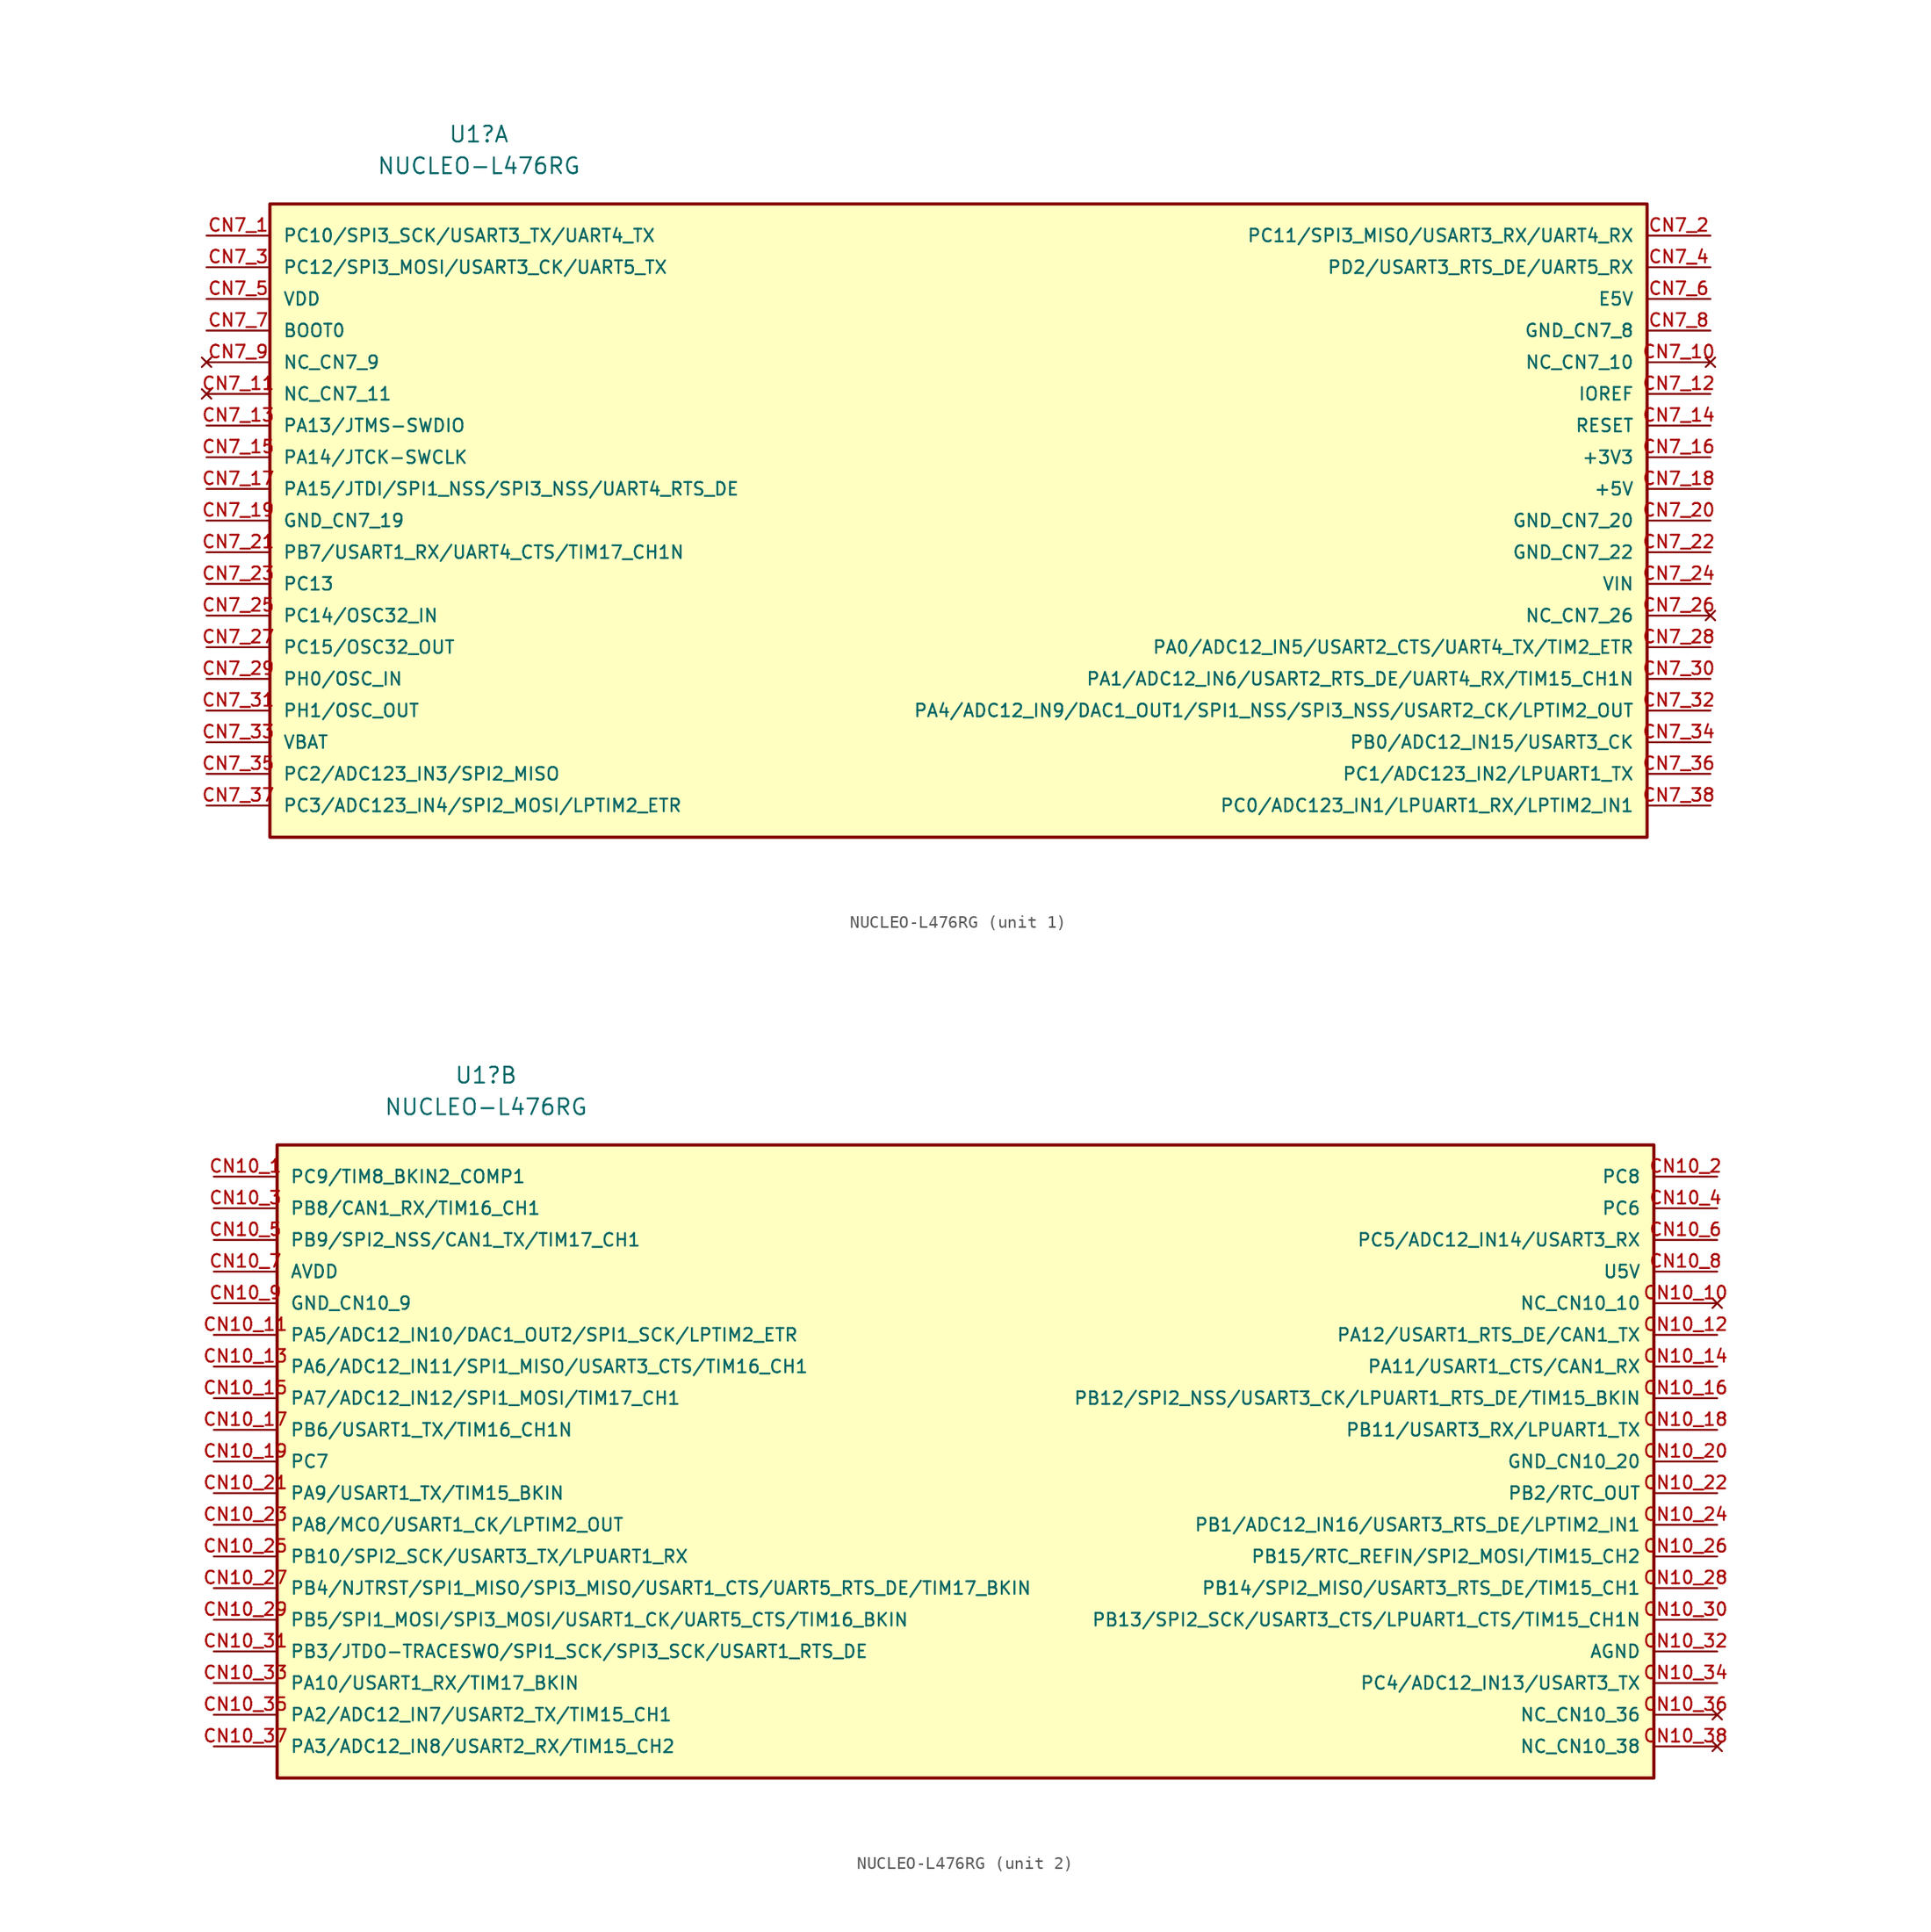
<source format=kicad_sym>
(kicad_symbol_lib
  (version 20241209)
  (generator "kicad_symbol_editor")
  (generator_version "9.0")
  (symbol "NUCLEO-L476RG"
    (pin_names
      (offset 1.016))
    (property "Reference" "U1"
      (at -1.016 30.988 0)
      (effects (font (size 1.27 1.27))))
    (property "Value" "NUCLEO-L476RG"
      (at -1.016 28.448 0)
      (effects (font (size 1.27 1.27))))
    (property "Availability" ""
      (at 0 0 0)
      (effects (font (size 1.27 1.27))))
    (property "Check_prices" ""
      (at 0 0 0)
      (effects (font (size 1.27 1.27))))
    (property "Description_1" ""
      (at 0 0 0)
      (effects (font (size 1.27 1.27))))
    (property "MF" ""
      (at 0 0 0)
      (effects (font (size 1.27 1.27))))
    (property "MP" ""
      (at 0 0 0)
      (effects (font (size 1.27 1.27))))
    (property "PARTREV" ""
      (at 0 0 0)
      (effects (font (size 1.27 1.27))))
    (property "Package" ""
      (at 0 0 0)
      (effects (font (size 1.27 1.27))))
    (property "Price" ""
      (at 0 0 0)
      (effects (font (size 1.27 1.27))))
    (property "SNAPEDA_PACKAGE_ID" ""
      (at 0 0 0)
      (effects (font (size 1.27 1.27))))
    (property "STANDARD" ""
      (at 0 0 0)
      (effects (font (size 1.27 1.27))))
    (property "SnapEDA_Link" ""
      (at 0 0 0)
      (effects (font (size 1.27 1.27))))
    (symbol "NUCLEO-L476RG_1_0"
      (rectangle (start -17.78 25.4) (end 92.71 -25.4) (stroke (width 0.254) (type default)) (fill (type background)))
      (pin bidirectional line (at -22.86 22.86 0) (length 5.08) (name "PC10/SPI3_SCK/USART3_TX/UART4_TX" (effects (font (size 1.016 1.016)))) (number "CN7_1" (effects (font (size 1.016 1.016)))))
      (pin bidirectional line (at -22.86 20.32 0) (length 5.08) (name "PC12/SPI3_MOSI/USART3_CK/UART5_TX" (effects (font (size 1.016 1.016)))) (number "CN7_3" (effects (font (size 1.016 1.016)))))
      (pin power_in line (at -22.86 17.78 0) (length 5.08) (name "VDD" (effects (font (size 1.016 1.016)))) (number "CN7_5" (effects (font (size 1.016 1.016)))))
      (pin input line (at -22.86 15.24 0) (length 5.08) (name "BOOT0" (effects (font (size 1.016 1.016)))) (number "CN7_7" (effects (font (size 1.016 1.016)))))
      (pin no_connect line (at -22.86 12.7 0) (length 5.08) (name "NC_CN7_9" (effects (font (size 1.016 1.016)))) (number "CN7_9" (effects (font (size 1.016 1.016)))))
      (pin no_connect line (at -22.86 10.16 0) (length 5.08) (name "NC_CN7_11" (effects (font (size 1.016 1.016)))) (number "CN7_11" (effects (font (size 1.016 1.016)))))
      (pin bidirectional line (at -22.86 7.62 0) (length 5.08) (name "PA13/JTMS-SWDIO" (effects (font (size 1.016 1.016)))) (number "CN7_13" (effects (font (size 1.016 1.016)))))
      (pin bidirectional line (at -22.86 5.08 0) (length 5.08) (name "PA14/JTCK-SWCLK" (effects (font (size 1.016 1.016)))) (number "CN7_15" (effects (font (size 1.016 1.016)))))
      (pin bidirectional line (at -22.86 2.54 0) (length 5.08) (name "PA15/JTDI/SPI1_NSS/SPI3_NSS/UART4_RTS_DE" (effects (font (size 1.016 1.016)))) (number "CN7_17" (effects (font (size 1.016 1.016)))))
      (pin power_in line (at -22.86 0 0) (length 5.08) (name "GND_CN7_19" (effects (font (size 1.016 1.016)))) (number "CN7_19" (effects (font (size 1.016 1.016)))))
      (pin bidirectional line (at -22.86 -2.54 0) (length 5.08) (name "PB7/USART1_RX/UART4_CTS/TIM17_CH1N" (effects (font (size 1.016 1.016)))) (number "CN7_21" (effects (font (size 1.016 1.016)))))
      (pin bidirectional line (at -22.86 -5.08 0) (length 5.08) (name "PC13" (effects (font (size 1.016 1.016)))) (number "CN7_23" (effects (font (size 1.016 1.016)))))
      (pin bidirectional line (at -22.86 -7.62 0) (length 5.08) (name "PC14/OSC32_IN" (effects (font (size 1.016 1.016)))) (number "CN7_25" (effects (font (size 1.016 1.016)))))
      (pin bidirectional line (at -22.86 -10.16 0) (length 5.08) (name "PC15/OSC32_OUT" (effects (font (size 1.016 1.016)))) (number "CN7_27" (effects (font (size 1.016 1.016)))))
      (pin bidirectional line (at -22.86 -12.7 0) (length 5.08) (name "PH0/OSC_IN" (effects (font (size 1.016 1.016)))) (number "CN7_29" (effects (font (size 1.016 1.016)))))
      (pin bidirectional line (at -22.86 -15.24 0) (length 5.08) (name "PH1/OSC_OUT" (effects (font (size 1.016 1.016)))) (number "CN7_31" (effects (font (size 1.016 1.016)))))
      (pin power_in line (at -22.86 -17.78 0) (length 5.08) (name "VBAT" (effects (font (size 1.016 1.016)))) (number "CN7_33" (effects (font (size 1.016 1.016)))))
      (pin bidirectional line (at -22.86 -20.32 0) (length 5.08) (name "PC2/ADC123_IN3/SPI2_MISO" (effects (font (size 1.016 1.016)))) (number "CN7_35" (effects (font (size 1.016 1.016)))))
      (pin bidirectional line (at -22.86 -22.86 0) (length 5.08) (name "PC3/ADC123_IN4/SPI2_MOSI/LPTIM2_ETR" (effects (font (size 1.016 1.016)))) (number "CN7_37" (effects (font (size 1.016 1.016)))))
      (pin bidirectional line (at 97.79 22.86 180) (length 5.08) (name "PC11/SPI3_MISO/USART3_RX/UART4_RX" (effects (font (size 1.016 1.016)))) (number "CN7_2" (effects (font (size 1.016 1.016)))))
      (pin bidirectional line (at 97.79 20.32 180) (length 5.08) (name "PD2/USART3_RTS_DE/UART5_RX" (effects (font (size 1.016 1.016)))) (number "CN7_4" (effects (font (size 1.016 1.016)))))
      (pin power_in line (at 97.79 17.78 180) (length 5.08) (name "E5V" (effects (font (size 1.016 1.016)))) (number "CN7_6" (effects (font (size 1.016 1.016)))))
      (pin power_in line (at 97.79 15.24 180) (length 5.08) (name "GND_CN7_8" (effects (font (size 1.016 1.016)))) (number "CN7_8" (effects (font (size 1.016 1.016)))))
      (pin no_connect line (at 97.79 12.7 180) (length 5.08) (name "NC_CN7_10" (effects (font (size 1.016 1.016)))) (number "CN7_10" (effects (font (size 1.016 1.016)))))
      (pin input line (at 97.79 10.16 180) (length 5.08) (name "IOREF" (effects (font (size 1.016 1.016)))) (number "CN7_12" (effects (font (size 1.016 1.016)))))
      (pin input line (at 97.79 7.62 180) (length 5.08) (name "RESET" (effects (font (size 1.016 1.016)))) (number "CN7_14" (effects (font (size 1.016 1.016)))))
      (pin power_in line (at 97.79 5.08 180) (length 5.08) (name "+3V3" (effects (font (size 1.016 1.016)))) (number "CN7_16" (effects (font (size 1.016 1.016)))))
      (pin power_in line (at 97.79 2.54 180) (length 5.08) (name "+5V" (effects (font (size 1.016 1.016)))) (number "CN7_18" (effects (font (size 1.016 1.016)))))
      (pin power_in line (at 97.79 0 180) (length 5.08) (name "GND_CN7_20" (effects (font (size 1.016 1.016)))) (number "CN7_20" (effects (font (size 1.016 1.016)))))
      (pin power_in line (at 97.79 -2.54 180) (length 5.08) (name "GND_CN7_22" (effects (font (size 1.016 1.016)))) (number "CN7_22" (effects (font (size 1.016 1.016)))))
      (pin power_in line (at 97.79 -5.08 180) (length 5.08) (name "VIN" (effects (font (size 1.016 1.016)))) (number "CN7_24" (effects (font (size 1.016 1.016)))))
      (pin no_connect line (at 97.79 -7.62 180) (length 5.08) (name "NC_CN7_26" (effects (font (size 1.016 1.016)))) (number "CN7_26" (effects (font (size 1.016 1.016)))))
      (pin bidirectional line (at 97.79 -10.16 180) (length 5.08) (name "PA0/ADC12_IN5/USART2_CTS/UART4_TX/TIM2_ETR" (effects (font (size 1.016 1.016)))) (number "CN7_28" (effects (font (size 1.016 1.016)))))
      (pin bidirectional line (at 97.79 -12.7 180) (length 5.08) (name "PA1/ADC12_IN6/USART2_RTS_DE/UART4_RX/TIM15_CH1N" (effects (font (size 1.016 1.016)))) (number "CN7_30" (effects (font (size 1.016 1.016)))))
      (pin bidirectional line (at 97.79 -15.24 180) (length 5.08) (name "PA4/ADC12_IN9/DAC1_OUT1/SPI1_NSS/SPI3_NSS/USART2_CK/LPTIM2_OUT" (effects (font (size 1.016 1.016)))) (number "CN7_32" (effects (font (size 1.016 1.016)))))
      (pin bidirectional line (at 97.79 -17.78 180) (length 5.08) (name "PB0/ADC12_IN15/USART3_CK" (effects (font (size 1.016 1.016)))) (number "CN7_34" (effects (font (size 1.016 1.016)))))
      (pin bidirectional line (at 97.79 -20.32 180) (length 5.08) (name "PC1/ADC123_IN2/LPUART1_TX" (effects (font (size 1.016 1.016)))) (number "CN7_36" (effects (font (size 1.016 1.016)))))
      (pin bidirectional line (at 97.79 -22.86 180) (length 5.08) (name "PC0/ADC123_IN1/LPUART1_RX/LPTIM2_IN1" (effects (font (size 1.016 1.016)))) (number "CN7_38" (effects (font (size 1.016 1.016))))))
    (symbol "NUCLEO-L476RG_2_0"
      (rectangle (start -17.78 25.4) (end 92.71 -25.4) (stroke (width 0.254) (type default)) (fill (type background)))
      (pin bidirectional line (at -22.86 22.86 0) (length 5.08) (name "PC9/TIM8_BKIN2_COMP1" (effects (font (size 1.016 1.016)))) (number "CN10_1" (effects (font (size 1.016 1.016)))))
      (pin bidirectional line (at -22.86 20.32 0) (length 5.08) (name "PB8/CAN1_RX/TIM16_CH1" (effects (font (size 1.016 1.016)))) (number "CN10_3" (effects (font (size 1.016 1.016)))))
      (pin bidirectional line (at -22.86 17.78 0) (length 5.08) (name "PB9/SPI2_NSS/CAN1_TX/TIM17_CH1" (effects (font (size 1.016 1.016)))) (number "CN10_5" (effects (font (size 1.016 1.016)))))
      (pin power_in line (at -22.86 15.24 0) (length 5.08) (name "AVDD" (effects (font (size 1.016 1.016)))) (number "CN10_7" (effects (font (size 1.016 1.016)))))
      (pin power_in line (at -22.86 12.7 0) (length 5.08) (name "GND_CN10_9" (effects (font (size 1.016 1.016)))) (number "CN10_9" (effects (font (size 1.016 1.016)))))
      (pin bidirectional line (at -22.86 10.16 0) (length 5.08) (name "PA5/ADC12_IN10/DAC1_OUT2/SPI1_SCK/LPTIM2_ETR" (effects (font (size 1.016 1.016)))) (number "CN10_11" (effects (font (size 1.016 1.016)))))
      (pin bidirectional line (at -22.86 7.62 0) (length 5.08) (name "PA6/ADC12_IN11/SPI1_MISO/USART3_CTS/TIM16_CH1" (effects (font (size 1.016 1.016)))) (number "CN10_13" (effects (font (size 1.016 1.016)))))
      (pin bidirectional line (at -22.86 5.08 0) (length 5.08) (name "PA7/ADC12_IN12/SPI1_MOSI/TIM17_CH1" (effects (font (size 1.016 1.016)))) (number "CN10_15" (effects (font (size 1.016 1.016)))))
      (pin bidirectional line (at -22.86 2.54 0) (length 5.08) (name "PB6/USART1_TX/TIM16_CH1N" (effects (font (size 1.016 1.016)))) (number "CN10_17" (effects (font (size 1.016 1.016)))))
      (pin bidirectional line (at -22.86 0 0) (length 5.08) (name "PC7" (effects (font (size 1.016 1.016)))) (number "CN10_19" (effects (font (size 1.016 1.016)))))
      (pin bidirectional line (at -22.86 -2.54 0) (length 5.08) (name "PA9/USART1_TX/TIM15_BKIN" (effects (font (size 1.016 1.016)))) (number "CN10_21" (effects (font (size 1.016 1.016)))))
      (pin bidirectional line (at -22.86 -5.08 0) (length 5.08) (name "PA8/MCO/USART1_CK/LPTIM2_OUT" (effects (font (size 1.016 1.016)))) (number "CN10_23" (effects (font (size 1.016 1.016)))))
      (pin bidirectional line (at -22.86 -7.62 0) (length 5.08) (name "PB10/SPI2_SCK/USART3_TX/LPUART1_RX" (effects (font (size 1.016 1.016)))) (number "CN10_25" (effects (font (size 1.016 1.016)))))
      (pin bidirectional line (at -22.86 -10.16 0) (length 5.08) (name "PB4/NJTRST/SPI1_MISO/SPI3_MISO/USART1_CTS/UART5_RTS_DE/TIM17_BKIN" (effects (font (size 1.016 1.016)))) (number "CN10_27" (effects (font (size 1.016 1.016)))))
      (pin bidirectional line (at -22.86 -12.7 0) (length 5.08) (name "PB5/SPI1_MOSI/SPI3_MOSI/USART1_CK/UART5_CTS/TIM16_BKIN" (effects (font (size 1.016 1.016)))) (number "CN10_29" (effects (font (size 1.016 1.016)))))
      (pin bidirectional line (at -22.86 -15.24 0) (length 5.08) (name "PB3/JTDO-TRACESWO/SPI1_SCK/SPI3_SCK/USART1_RTS_DE" (effects (font (size 1.016 1.016)))) (number "CN10_31" (effects (font (size 1.016 1.016)))))
      (pin bidirectional line (at -22.86 -17.78 0) (length 5.08) (name "PA10/USART1_RX/TIM17_BKIN" (effects (font (size 1.016 1.016)))) (number "CN10_33" (effects (font (size 1.016 1.016)))))
      (pin bidirectional line (at -22.86 -20.32 0) (length 5.08) (name "PA2/ADC12_IN7/USART2_TX/TIM15_CH1" (effects (font (size 1.016 1.016)))) (number "CN10_35" (effects (font (size 1.016 1.016)))))
      (pin bidirectional line (at -22.86 -22.86 0) (length 5.08) (name "PA3/ADC12_IN8/USART2_RX/TIM15_CH2" (effects (font (size 1.016 1.016)))) (number "CN10_37" (effects (font (size 1.016 1.016)))))
      (pin bidirectional line (at 97.79 22.86 180) (length 5.08) (name "PC8" (effects (font (size 1.016 1.016)))) (number "CN10_2" (effects (font (size 1.016 1.016)))))
      (pin bidirectional line (at 97.79 20.32 180) (length 5.08) (name "PC6" (effects (font (size 1.016 1.016)))) (number "CN10_4" (effects (font (size 1.016 1.016)))))
      (pin bidirectional line (at 97.79 17.78 180) (length 5.08) (name "PC5/ADC12_IN14/USART3_RX" (effects (font (size 1.016 1.016)))) (number "CN10_6" (effects (font (size 1.016 1.016)))))
      (pin power_in line (at 97.79 15.24 180) (length 5.08) (name "U5V" (effects (font (size 1.016 1.016)))) (number "CN10_8" (effects (font (size 1.016 1.016)))))
      (pin no_connect line (at 97.79 12.7 180) (length 5.08) (name "NC_CN10_10" (effects (font (size 1.016 1.016)))) (number "CN10_10" (effects (font (size 1.016 1.016)))))
      (pin bidirectional line (at 97.79 10.16 180) (length 5.08) (name "PA12/USART1_RTS_DE/CAN1_TX" (effects (font (size 1.016 1.016)))) (number "CN10_12" (effects (font (size 1.016 1.016)))))
      (pin bidirectional line (at 97.79 7.62 180) (length 5.08) (name "PA11/USART1_CTS/CAN1_RX" (effects (font (size 1.016 1.016)))) (number "CN10_14" (effects (font (size 1.016 1.016)))))
      (pin bidirectional line (at 97.79 5.08 180) (length 5.08) (name "PB12/SPI2_NSS/USART3_CK/LPUART1_RTS_DE/TIM15_BKIN" (effects (font (size 1.016 1.016)))) (number "CN10_16" (effects (font (size 1.016 1.016)))))
      (pin bidirectional line (at 97.79 2.54 180) (length 5.08) (name "PB11/USART3_RX/LPUART1_TX" (effects (font (size 1.016 1.016)))) (number "CN10_18" (effects (font (size 1.016 1.016)))))
      (pin power_in line (at 97.79 0 180) (length 5.08) (name "GND_CN10_20" (effects (font (size 1.016 1.016)))) (number "CN10_20" (effects (font (size 1.016 1.016)))))
      (pin bidirectional line (at 97.79 -2.54 180) (length 5.08) (name "PB2/RTC_OUT" (effects (font (size 1.016 1.016)))) (number "CN10_22" (effects (font (size 1.016 1.016)))))
      (pin bidirectional line (at 97.79 -5.08 180) (length 5.08) (name "PB1/ADC12_IN16/USART3_RTS_DE/LPTIM2_IN1" (effects (font (size 1.016 1.016)))) (number "CN10_24" (effects (font (size 1.016 1.016)))))
      (pin bidirectional line (at 97.79 -7.62 180) (length 5.08) (name "PB15/RTC_REFIN/SPI2_MOSI/TIM15_CH2" (effects (font (size 1.016 1.016)))) (number "CN10_26" (effects (font (size 1.016 1.016)))))
      (pin bidirectional line (at 97.79 -10.16 180) (length 5.08) (name "PB14/SPI2_MISO/USART3_RTS_DE/TIM15_CH1" (effects (font (size 1.016 1.016)))) (number "CN10_28" (effects (font (size 1.016 1.016)))))
      (pin bidirectional line (at 97.79 -12.7 180) (length 5.08) (name "PB13/SPI2_SCK/USART3_CTS/LPUART1_CTS/TIM15_CH1N" (effects (font (size 1.016 1.016)))) (number "CN10_30" (effects (font (size 1.016 1.016)))))
      (pin power_in line (at 97.79 -15.24 180) (length 5.08) (name "AGND" (effects (font (size 1.016 1.016)))) (number "CN10_32" (effects (font (size 1.016 1.016)))))
      (pin bidirectional line (at 97.79 -17.78 180) (length 5.08) (name "PC4/ADC12_IN13/USART3_TX" (effects (font (size 1.016 1.016)))) (number "CN10_34" (effects (font (size 1.016 1.016)))))
      (pin no_connect line (at 97.79 -20.32 180) (length 5.08) (name "NC_CN10_36" (effects (font (size 1.016 1.016)))) (number "CN10_36" (effects (font (size 1.016 1.016)))))
      (pin no_connect line (at 97.79 -22.86 180) (length 5.08) (name "NC_CN10_38" (effects (font (size 1.016 1.016)))) (number "CN10_38" (effects (font (size 1.016 1.016))))))))
</source>
